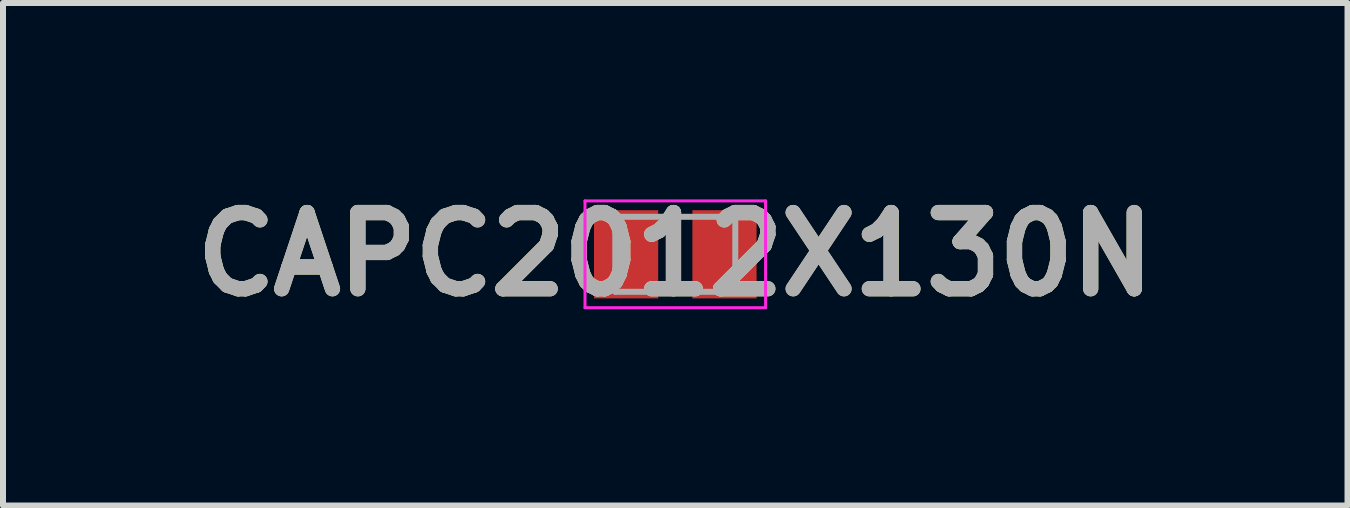
<source format=kicad_pcb>
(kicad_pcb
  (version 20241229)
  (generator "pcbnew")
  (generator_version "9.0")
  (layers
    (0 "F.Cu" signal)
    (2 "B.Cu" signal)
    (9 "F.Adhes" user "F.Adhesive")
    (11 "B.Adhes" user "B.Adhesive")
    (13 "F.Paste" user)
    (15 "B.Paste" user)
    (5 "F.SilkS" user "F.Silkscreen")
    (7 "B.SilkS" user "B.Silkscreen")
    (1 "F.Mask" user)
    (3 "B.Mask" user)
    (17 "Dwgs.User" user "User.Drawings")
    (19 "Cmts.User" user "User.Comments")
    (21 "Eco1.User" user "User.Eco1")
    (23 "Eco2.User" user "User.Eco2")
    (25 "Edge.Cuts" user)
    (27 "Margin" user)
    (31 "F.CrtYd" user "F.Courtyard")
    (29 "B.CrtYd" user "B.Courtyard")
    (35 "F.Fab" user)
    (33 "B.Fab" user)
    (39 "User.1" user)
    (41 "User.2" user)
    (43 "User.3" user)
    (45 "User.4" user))
  (footprint "CAPC2012X130N"
    (layer "F.Cu")
    (at 8.207 1.189)
    (property "Reference" "CAPC2012X130N" (at 0 0 0) (layer "F.SilkS") (effects (font (size 1.27 1.27) (thickness 0.254))))
    (attr smd)
    (fp_line (start -1.505 -0.89) (end 1.505 -0.89) (stroke (width 0.05) (type solid)) (layer "F.CrtYd"))
    (fp_line (start -1.505 0.89) (end -1.505 -0.89) (stroke (width 0.05) (type solid)) (layer "F.CrtYd"))
    (fp_line (start 1.505 -0.89) (end 1.505 0.89) (stroke (width 0.05) (type solid)) (layer "F.CrtYd"))
    (fp_line (start 1.505 0.89) (end -1.505 0.89) (stroke (width 0.05) (type solid)) (layer "F.CrtYd"))
    (fp_line (start -1 -0.625) (end 1 -0.625) (stroke (width 0.1) (type solid)) (layer "F.Fab"))
    (fp_line (start -1 0.625) (end -1 -0.625) (stroke (width 0.1) (type solid)) (layer "F.Fab"))
    (fp_line (start 1 -0.625) (end 1 0.625) (stroke (width 0.1) (type solid)) (layer "F.Fab"))
    (fp_line (start 1 0.625) (end -1 0.625) (stroke (width 0.1) (type solid)) (layer "F.Fab"))
    (fp_text user "${REFERENCE}" (at 0 0 0) (layer "F.Fab") (effects (font (size 1.27 1.27) (thickness 0.254))))
    (pad "1" smd rect (at -0.82 0) (size 1.07 1.47) (layers "F.Cu" "F.Mask" "F.Paste"))
    (pad "2" smd rect (at 0.82 0) (size 1.07 1.47) (layers "F.Cu" "F.Mask" "F.Paste")))
  (gr_rect
    (start -3 -3)
    (end 19.413 5.377)
    (stroke (width 0.1) (type default))
    (fill no)
    (layer "Edge.Cuts")))
</source>
